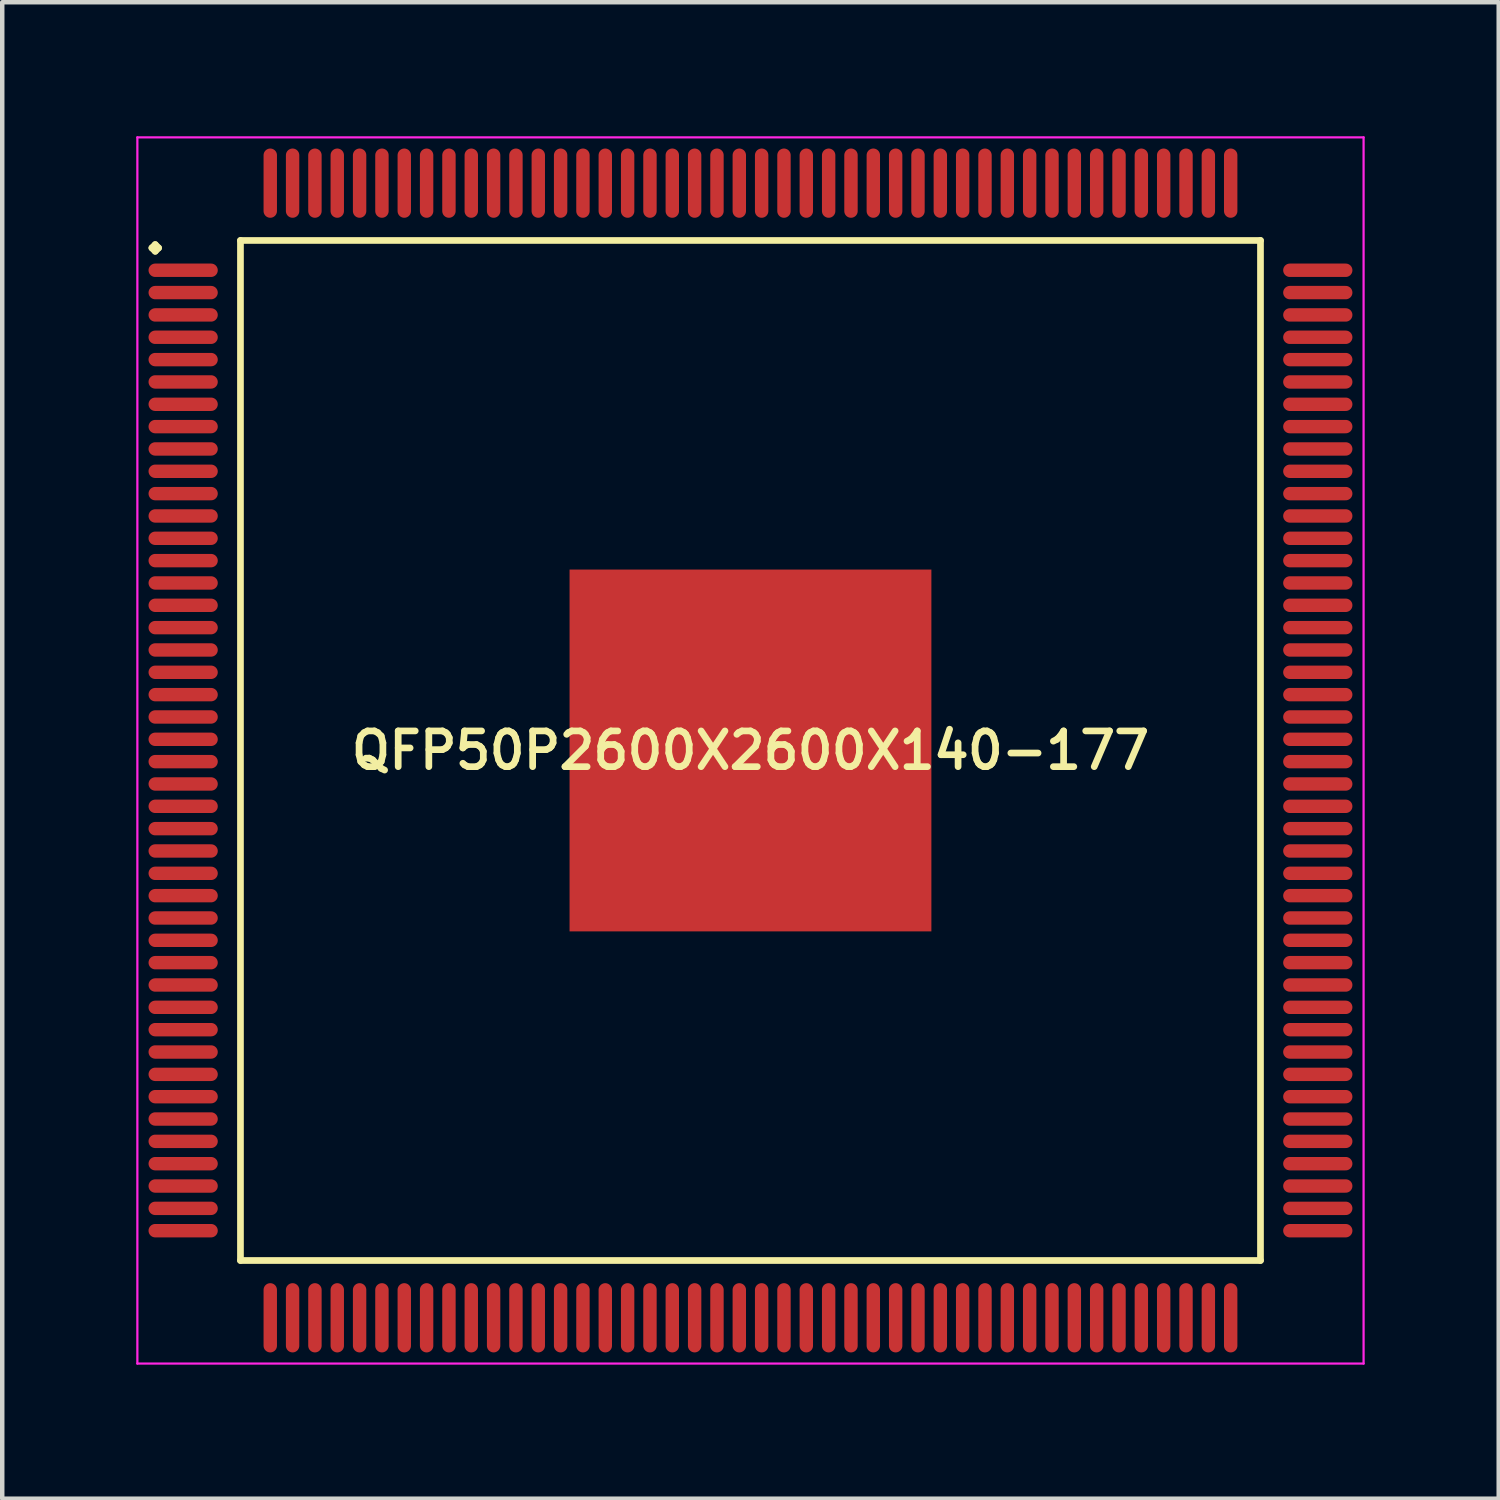
<source format=kicad_pcb>
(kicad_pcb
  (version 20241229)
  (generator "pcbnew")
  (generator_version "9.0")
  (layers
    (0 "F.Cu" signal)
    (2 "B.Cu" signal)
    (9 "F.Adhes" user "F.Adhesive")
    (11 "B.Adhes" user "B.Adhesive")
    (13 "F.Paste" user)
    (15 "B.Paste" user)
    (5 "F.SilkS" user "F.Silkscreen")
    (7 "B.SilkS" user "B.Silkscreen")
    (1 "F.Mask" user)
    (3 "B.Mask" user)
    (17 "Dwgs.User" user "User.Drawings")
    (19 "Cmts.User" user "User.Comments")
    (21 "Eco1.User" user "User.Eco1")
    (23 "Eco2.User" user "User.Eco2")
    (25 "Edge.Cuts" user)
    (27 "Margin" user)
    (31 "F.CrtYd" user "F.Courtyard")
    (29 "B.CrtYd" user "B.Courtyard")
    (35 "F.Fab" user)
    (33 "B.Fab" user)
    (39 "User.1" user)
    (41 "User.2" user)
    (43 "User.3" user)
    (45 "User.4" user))
  (footprint "QFP50P2600X2600X140-177"
    (layer "F.Cu")
    (at 13.75 13.75)
    (property "Reference" "QFP50P2600X2600X140-177" (at 0 0 0) (layer "F.SilkS") (effects (font (size 0.8 0.8) (thickness 0.15))))
    (attr smd)
    (fp_line (start -13.4 -11.25) (end -13.325 -11.325) (stroke (width 0.15) (type solid)) (layer "F.SilkS"))
    (fp_line (start -13.325 -11.325) (end -13.25 -11.25) (stroke (width 0.15) (type solid)) (layer "F.SilkS"))
    (fp_line (start -13.325 -11.175) (end -13.4 -11.25) (stroke (width 0.15) (type solid)) (layer "F.SilkS"))
    (fp_line (start -13.25 -11.25) (end -13.325 -11.175) (stroke (width 0.15) (type solid)) (layer "F.SilkS"))
    (fp_line (start -11.417 -11.417) (end -11.417 11.417) (stroke (width 0.15) (type solid)) (layer "F.SilkS"))
    (fp_line (start -11.417 11.417) (end 11.417 11.417) (stroke (width 0.15) (type solid)) (layer "F.SilkS"))
    (fp_line (start 11.417 -11.417) (end -11.417 -11.417) (stroke (width 0.15) (type solid)) (layer "F.SilkS"))
    (fp_line (start 11.417 11.417) (end 11.417 -11.417) (stroke (width 0.15) (type solid)) (layer "F.SilkS"))
    (fp_line (start -13.725 -13.725) (end 13.725 -13.725) (stroke (width 0.05) (type solid)) (layer "F.CrtYd"))
    (fp_line (start -13.725 13.725) (end -13.725 -13.725) (stroke (width 0.05) (type solid)) (layer "F.CrtYd"))
    (fp_line (start 13.725 -13.725) (end 13.725 13.725) (stroke (width 0.05) (type solid)) (layer "F.CrtYd"))
    (fp_line (start 13.725 13.725) (end -13.725 13.725) (stroke (width 0.05) (type solid)) (layer "F.CrtYd"))
    (pad "1" smd oval (at -12.7 -10.75) (size 1.55 0.3) (layers "F.Cu" "F.Mask" "F.Paste"))
    (pad "2" smd oval (at -12.7 -10.25) (size 1.55 0.3) (layers "F.Cu" "F.Mask" "F.Paste"))
    (pad "3" smd oval (at -12.7 -9.75) (size 1.55 0.3) (layers "F.Cu" "F.Mask" "F.Paste"))
    (pad "4" smd oval (at -12.7 -9.25) (size 1.55 0.3) (layers "F.Cu" "F.Mask" "F.Paste"))
    (pad "5" smd oval (at -12.7 -8.75) (size 1.55 0.3) (layers "F.Cu" "F.Mask" "F.Paste"))
    (pad "6" smd oval (at -12.7 -8.25) (size 1.55 0.3) (layers "F.Cu" "F.Mask" "F.Paste"))
    (pad "7" smd oval (at -12.7 -7.75) (size 1.55 0.3) (layers "F.Cu" "F.Mask" "F.Paste"))
    (pad "8" smd oval (at -12.7 -7.25) (size 1.55 0.3) (layers "F.Cu" "F.Mask" "F.Paste"))
    (pad "9" smd oval (at -12.7 -6.75) (size 1.55 0.3) (layers "F.Cu" "F.Mask" "F.Paste"))
    (pad "10" smd oval (at -12.7 -6.25) (size 1.55 0.3) (layers "F.Cu" "F.Mask" "F.Paste"))
    (pad "11" smd oval (at -12.7 -5.75) (size 1.55 0.3) (layers "F.Cu" "F.Mask" "F.Paste"))
    (pad "12" smd oval (at -12.7 -5.25) (size 1.55 0.3) (layers "F.Cu" "F.Mask" "F.Paste"))
    (pad "13" smd oval (at -12.7 -4.75) (size 1.55 0.3) (layers "F.Cu" "F.Mask" "F.Paste"))
    (pad "14" smd oval (at -12.7 -4.25) (size 1.55 0.3) (layers "F.Cu" "F.Mask" "F.Paste"))
    (pad "15" smd oval (at -12.7 -3.75) (size 1.55 0.3) (layers "F.Cu" "F.Mask" "F.Paste"))
    (pad "16" smd oval (at -12.7 -3.25) (size 1.55 0.3) (layers "F.Cu" "F.Mask" "F.Paste"))
    (pad "17" smd oval (at -12.7 -2.75) (size 1.55 0.3) (layers "F.Cu" "F.Mask" "F.Paste"))
    (pad "18" smd oval (at -12.7 -2.25) (size 1.55 0.3) (layers "F.Cu" "F.Mask" "F.Paste"))
    (pad "19" smd oval (at -12.7 -1.75) (size 1.55 0.3) (layers "F.Cu" "F.Mask" "F.Paste"))
    (pad "20" smd oval (at -12.7 -1.25) (size 1.55 0.3) (layers "F.Cu" "F.Mask" "F.Paste"))
    (pad "21" smd oval (at -12.7 -0.75) (size 1.55 0.3) (layers "F.Cu" "F.Mask" "F.Paste"))
    (pad "22" smd oval (at -12.7 -0.25) (size 1.55 0.3) (layers "F.Cu" "F.Mask" "F.Paste"))
    (pad "23" smd oval (at -12.7 0.25) (size 1.55 0.3) (layers "F.Cu" "F.Mask" "F.Paste"))
    (pad "24" smd oval (at -12.7 0.75) (size 1.55 0.3) (layers "F.Cu" "F.Mask" "F.Paste"))
    (pad "25" smd oval (at -12.7 1.25) (size 1.55 0.3) (layers "F.Cu" "F.Mask" "F.Paste"))
    (pad "26" smd oval (at -12.7 1.75) (size 1.55 0.3) (layers "F.Cu" "F.Mask" "F.Paste"))
    (pad "27" smd oval (at -12.7 2.25) (size 1.55 0.3) (layers "F.Cu" "F.Mask" "F.Paste"))
    (pad "28" smd oval (at -12.7 2.75) (size 1.55 0.3) (layers "F.Cu" "F.Mask" "F.Paste"))
    (pad "29" smd oval (at -12.7 3.25) (size 1.55 0.3) (layers "F.Cu" "F.Mask" "F.Paste"))
    (pad "30" smd oval (at -12.7 3.75) (size 1.55 0.3) (layers "F.Cu" "F.Mask" "F.Paste"))
    (pad "31" smd oval (at -12.7 4.25) (size 1.55 0.3) (layers "F.Cu" "F.Mask" "F.Paste"))
    (pad "32" smd oval (at -12.7 4.75) (size 1.55 0.3) (layers "F.Cu" "F.Mask" "F.Paste"))
    (pad "33" smd oval (at -12.7 5.25) (size 1.55 0.3) (layers "F.Cu" "F.Mask" "F.Paste"))
    (pad "34" smd oval (at -12.7 5.75) (size 1.55 0.3) (layers "F.Cu" "F.Mask" "F.Paste"))
    (pad "35" smd oval (at -12.7 6.25) (size 1.55 0.3) (layers "F.Cu" "F.Mask" "F.Paste"))
    (pad "36" smd oval (at -12.7 6.75) (size 1.55 0.3) (layers "F.Cu" "F.Mask" "F.Paste"))
    (pad "37" smd oval (at -12.7 7.25) (size 1.55 0.3) (layers "F.Cu" "F.Mask" "F.Paste"))
    (pad "38" smd oval (at -12.7 7.75) (size 1.55 0.3) (layers "F.Cu" "F.Mask" "F.Paste"))
    (pad "39" smd oval (at -12.7 8.25) (size 1.55 0.3) (layers "F.Cu" "F.Mask" "F.Paste"))
    (pad "40" smd oval (at -12.7 8.75) (size 1.55 0.3) (layers "F.Cu" "F.Mask" "F.Paste"))
    (pad "41" smd oval (at -12.7 9.25) (size 1.55 0.3) (layers "F.Cu" "F.Mask" "F.Paste"))
    (pad "42" smd oval (at -12.7 9.75) (size 1.55 0.3) (layers "F.Cu" "F.Mask" "F.Paste"))
    (pad "43" smd oval (at -12.7 10.25) (size 1.55 0.3) (layers "F.Cu" "F.Mask" "F.Paste"))
    (pad "44" smd oval (at -12.7 10.75) (size 1.55 0.3) (layers "F.Cu" "F.Mask" "F.Paste"))
    (pad "45" smd oval (at -10.75 12.7) (size 0.3 1.55) (layers "F.Cu" "F.Mask" "F.Paste"))
    (pad "46" smd oval (at -10.25 12.7) (size 0.3 1.55) (layers "F.Cu" "F.Mask" "F.Paste"))
    (pad "47" smd oval (at -9.75 12.7) (size 0.3 1.55) (layers "F.Cu" "F.Mask" "F.Paste"))
    (pad "48" smd oval (at -9.25 12.7) (size 0.3 1.55) (layers "F.Cu" "F.Mask" "F.Paste"))
    (pad "49" smd oval (at -8.75 12.7) (size 0.3 1.55) (layers "F.Cu" "F.Mask" "F.Paste"))
    (pad "50" smd oval (at -8.25 12.7) (size 0.3 1.55) (layers "F.Cu" "F.Mask" "F.Paste"))
    (pad "51" smd oval (at -7.75 12.7) (size 0.3 1.55) (layers "F.Cu" "F.Mask" "F.Paste"))
    (pad "52" smd oval (at -7.25 12.7) (size 0.3 1.55) (layers "F.Cu" "F.Mask" "F.Paste"))
    (pad "53" smd oval (at -6.75 12.7) (size 0.3 1.55) (layers "F.Cu" "F.Mask" "F.Paste"))
    (pad "54" smd oval (at -6.25 12.7) (size 0.3 1.55) (layers "F.Cu" "F.Mask" "F.Paste"))
    (pad "55" smd oval (at -5.75 12.7) (size 0.3 1.55) (layers "F.Cu" "F.Mask" "F.Paste"))
    (pad "56" smd oval (at -5.25 12.7) (size 0.3 1.55) (layers "F.Cu" "F.Mask" "F.Paste"))
    (pad "57" smd oval (at -4.75 12.7) (size 0.3 1.55) (layers "F.Cu" "F.Mask" "F.Paste"))
    (pad "58" smd oval (at -4.25 12.7) (size 0.3 1.55) (layers "F.Cu" "F.Mask" "F.Paste"))
    (pad "59" smd oval (at -3.75 12.7) (size 0.3 1.55) (layers "F.Cu" "F.Mask" "F.Paste"))
    (pad "60" smd oval (at -3.25 12.7) (size 0.3 1.55) (layers "F.Cu" "F.Mask" "F.Paste"))
    (pad "61" smd oval (at -2.75 12.7) (size 0.3 1.55) (layers "F.Cu" "F.Mask" "F.Paste"))
    (pad "62" smd oval (at -2.25 12.7) (size 0.3 1.55) (layers "F.Cu" "F.Mask" "F.Paste"))
    (pad "63" smd oval (at -1.75 12.7) (size 0.3 1.55) (layers "F.Cu" "F.Mask" "F.Paste"))
    (pad "64" smd oval (at -1.25 12.7) (size 0.3 1.55) (layers "F.Cu" "F.Mask" "F.Paste"))
    (pad "65" smd oval (at -0.75 12.7) (size 0.3 1.55) (layers "F.Cu" "F.Mask" "F.Paste"))
    (pad "66" smd oval (at -0.25 12.7) (size 0.3 1.55) (layers "F.Cu" "F.Mask" "F.Paste"))
    (pad "67" smd oval (at 0.25 12.7) (size 0.3 1.55) (layers "F.Cu" "F.Mask" "F.Paste"))
    (pad "68" smd oval (at 0.75 12.7) (size 0.3 1.55) (layers "F.Cu" "F.Mask" "F.Paste"))
    (pad "69" smd oval (at 1.25 12.7) (size 0.3 1.55) (layers "F.Cu" "F.Mask" "F.Paste"))
    (pad "70" smd oval (at 1.75 12.7) (size 0.3 1.55) (layers "F.Cu" "F.Mask" "F.Paste"))
    (pad "71" smd oval (at 2.25 12.7) (size 0.3 1.55) (layers "F.Cu" "F.Mask" "F.Paste"))
    (pad "72" smd oval (at 2.75 12.7) (size 0.3 1.55) (layers "F.Cu" "F.Mask" "F.Paste"))
    (pad "73" smd oval (at 3.25 12.7) (size 0.3 1.55) (layers "F.Cu" "F.Mask" "F.Paste"))
    (pad "74" smd oval (at 3.75 12.7) (size 0.3 1.55) (layers "F.Cu" "F.Mask" "F.Paste"))
    (pad "75" smd oval (at 4.25 12.7) (size 0.3 1.55) (layers "F.Cu" "F.Mask" "F.Paste"))
    (pad "76" smd oval (at 4.75 12.7) (size 0.3 1.55) (layers "F.Cu" "F.Mask" "F.Paste"))
    (pad "77" smd oval (at 5.25 12.7) (size 0.3 1.55) (layers "F.Cu" "F.Mask" "F.Paste"))
    (pad "78" smd oval (at 5.75 12.7) (size 0.3 1.55) (layers "F.Cu" "F.Mask" "F.Paste"))
    (pad "79" smd oval (at 6.25 12.7) (size 0.3 1.55) (layers "F.Cu" "F.Mask" "F.Paste"))
    (pad "80" smd oval (at 6.75 12.7) (size 0.3 1.55) (layers "F.Cu" "F.Mask" "F.Paste"))
    (pad "81" smd oval (at 7.25 12.7) (size 0.3 1.55) (layers "F.Cu" "F.Mask" "F.Paste"))
    (pad "82" smd oval (at 7.75 12.7) (size 0.3 1.55) (layers "F.Cu" "F.Mask" "F.Paste"))
    (pad "83" smd oval (at 8.25 12.7) (size 0.3 1.55) (layers "F.Cu" "F.Mask" "F.Paste"))
    (pad "84" smd oval (at 8.75 12.7) (size 0.3 1.55) (layers "F.Cu" "F.Mask" "F.Paste"))
    (pad "85" smd oval (at 9.25 12.7) (size 0.3 1.55) (layers "F.Cu" "F.Mask" "F.Paste"))
    (pad "86" smd oval (at 9.75 12.7) (size 0.3 1.55) (layers "F.Cu" "F.Mask" "F.Paste"))
    (pad "87" smd oval (at 10.25 12.7) (size 0.3 1.55) (layers "F.Cu" "F.Mask" "F.Paste"))
    (pad "88" smd oval (at 10.75 12.7) (size 0.3 1.55) (layers "F.Cu" "F.Mask" "F.Paste"))
    (pad "89" smd oval (at 12.7 10.75) (size 1.55 0.3) (layers "F.Cu" "F.Mask" "F.Paste"))
    (pad "90" smd oval (at 12.7 10.25) (size 1.55 0.3) (layers "F.Cu" "F.Mask" "F.Paste"))
    (pad "91" smd oval (at 12.7 9.75) (size 1.55 0.3) (layers "F.Cu" "F.Mask" "F.Paste"))
    (pad "92" smd oval (at 12.7 9.25) (size 1.55 0.3) (layers "F.Cu" "F.Mask" "F.Paste"))
    (pad "93" smd oval (at 12.7 8.75) (size 1.55 0.3) (layers "F.Cu" "F.Mask" "F.Paste"))
    (pad "94" smd oval (at 12.7 8.25) (size 1.55 0.3) (layers "F.Cu" "F.Mask" "F.Paste"))
    (pad "95" smd oval (at 12.7 7.75) (size 1.55 0.3) (layers "F.Cu" "F.Mask" "F.Paste"))
    (pad "96" smd oval (at 12.7 7.25) (size 1.55 0.3) (layers "F.Cu" "F.Mask" "F.Paste"))
    (pad "97" smd oval (at 12.7 6.75) (size 1.55 0.3) (layers "F.Cu" "F.Mask" "F.Paste"))
    (pad "98" smd oval (at 12.7 6.25) (size 1.55 0.3) (layers "F.Cu" "F.Mask" "F.Paste"))
    (pad "99" smd oval (at 12.7 5.75) (size 1.55 0.3) (layers "F.Cu" "F.Mask" "F.Paste"))
    (pad "100" smd oval (at 12.7 5.25) (size 1.55 0.3) (layers "F.Cu" "F.Mask" "F.Paste"))
    (pad "101" smd oval (at 12.7 4.75) (size 1.55 0.3) (layers "F.Cu" "F.Mask" "F.Paste"))
    (pad "102" smd oval (at 12.7 4.25) (size 1.55 0.3) (layers "F.Cu" "F.Mask" "F.Paste"))
    (pad "103" smd oval (at 12.7 3.75) (size 1.55 0.3) (layers "F.Cu" "F.Mask" "F.Paste"))
    (pad "104" smd oval (at 12.7 3.25) (size 1.55 0.3) (layers "F.Cu" "F.Mask" "F.Paste"))
    (pad "105" smd oval (at 12.7 2.75) (size 1.55 0.3) (layers "F.Cu" "F.Mask" "F.Paste"))
    (pad "106" smd oval (at 12.7 2.25) (size 1.55 0.3) (layers "F.Cu" "F.Mask" "F.Paste"))
    (pad "107" smd oval (at 12.7 1.75) (size 1.55 0.3) (layers "F.Cu" "F.Mask" "F.Paste"))
    (pad "108" smd oval (at 12.7 1.25) (size 1.55 0.3) (layers "F.Cu" "F.Mask" "F.Paste"))
    (pad "109" smd oval (at 12.7 0.75) (size 1.55 0.3) (layers "F.Cu" "F.Mask" "F.Paste"))
    (pad "110" smd oval (at 12.7 0.25) (size 1.55 0.3) (layers "F.Cu" "F.Mask" "F.Paste"))
    (pad "111" smd oval (at 12.7 -0.25) (size 1.55 0.3) (layers "F.Cu" "F.Mask" "F.Paste"))
    (pad "112" smd oval (at 12.7 -0.75) (size 1.55 0.3) (layers "F.Cu" "F.Mask" "F.Paste"))
    (pad "113" smd oval (at 12.7 -1.25) (size 1.55 0.3) (layers "F.Cu" "F.Mask" "F.Paste"))
    (pad "114" smd oval (at 12.7 -1.75) (size 1.55 0.3) (layers "F.Cu" "F.Mask" "F.Paste"))
    (pad "115" smd oval (at 12.7 -2.25) (size 1.55 0.3) (layers "F.Cu" "F.Mask" "F.Paste"))
    (pad "116" smd oval (at 12.7 -2.75) (size 1.55 0.3) (layers "F.Cu" "F.Mask" "F.Paste"))
    (pad "117" smd oval (at 12.7 -3.25) (size 1.55 0.3) (layers "F.Cu" "F.Mask" "F.Paste"))
    (pad "118" smd oval (at 12.7 -3.75) (size 1.55 0.3) (layers "F.Cu" "F.Mask" "F.Paste"))
    (pad "119" smd oval (at 12.7 -4.25) (size 1.55 0.3) (layers "F.Cu" "F.Mask" "F.Paste"))
    (pad "120" smd oval (at 12.7 -4.75) (size 1.55 0.3) (layers "F.Cu" "F.Mask" "F.Paste"))
    (pad "121" smd oval (at 12.7 -5.25) (size 1.55 0.3) (layers "F.Cu" "F.Mask" "F.Paste"))
    (pad "122" smd oval (at 12.7 -5.75) (size 1.55 0.3) (layers "F.Cu" "F.Mask" "F.Paste"))
    (pad "123" smd oval (at 12.7 -6.25) (size 1.55 0.3) (layers "F.Cu" "F.Mask" "F.Paste"))
    (pad "124" smd oval (at 12.7 -6.75) (size 1.55 0.3) (layers "F.Cu" "F.Mask" "F.Paste"))
    (pad "125" smd oval (at 12.7 -7.25) (size 1.55 0.3) (layers "F.Cu" "F.Mask" "F.Paste"))
    (pad "126" smd oval (at 12.7 -7.75) (size 1.55 0.3) (layers "F.Cu" "F.Mask" "F.Paste"))
    (pad "127" smd oval (at 12.7 -8.25) (size 1.55 0.3) (layers "F.Cu" "F.Mask" "F.Paste"))
    (pad "128" smd oval (at 12.7 -8.75) (size 1.55 0.3) (layers "F.Cu" "F.Mask" "F.Paste"))
    (pad "129" smd oval (at 12.7 -9.25) (size 1.55 0.3) (layers "F.Cu" "F.Mask" "F.Paste"))
    (pad "130" smd oval (at 12.7 -9.75) (size 1.55 0.3) (layers "F.Cu" "F.Mask" "F.Paste"))
    (pad "131" smd oval (at 12.7 -10.25) (size 1.55 0.3) (layers "F.Cu" "F.Mask" "F.Paste"))
    (pad "132" smd oval (at 12.7 -10.75) (size 1.55 0.3) (layers "F.Cu" "F.Mask" "F.Paste"))
    (pad "133" smd oval (at 10.75 -12.7) (size 0.3 1.55) (layers "F.Cu" "F.Mask" "F.Paste"))
    (pad "134" smd oval (at 10.25 -12.7) (size 0.3 1.55) (layers "F.Cu" "F.Mask" "F.Paste"))
    (pad "135" smd oval (at 9.75 -12.7) (size 0.3 1.55) (layers "F.Cu" "F.Mask" "F.Paste"))
    (pad "136" smd oval (at 9.25 -12.7) (size 0.3 1.55) (layers "F.Cu" "F.Mask" "F.Paste"))
    (pad "137" smd oval (at 8.75 -12.7) (size 0.3 1.55) (layers "F.Cu" "F.Mask" "F.Paste"))
    (pad "138" smd oval (at 8.25 -12.7) (size 0.3 1.55) (layers "F.Cu" "F.Mask" "F.Paste"))
    (pad "139" smd oval (at 7.75 -12.7) (size 0.3 1.55) (layers "F.Cu" "F.Mask" "F.Paste"))
    (pad "140" smd oval (at 7.25 -12.7) (size 0.3 1.55) (layers "F.Cu" "F.Mask" "F.Paste"))
    (pad "141" smd oval (at 6.75 -12.7) (size 0.3 1.55) (layers "F.Cu" "F.Mask" "F.Paste"))
    (pad "142" smd oval (at 6.25 -12.7) (size 0.3 1.55) (layers "F.Cu" "F.Mask" "F.Paste"))
    (pad "143" smd oval (at 5.75 -12.7) (size 0.3 1.55) (layers "F.Cu" "F.Mask" "F.Paste"))
    (pad "144" smd oval (at 5.25 -12.7) (size 0.3 1.55) (layers "F.Cu" "F.Mask" "F.Paste"))
    (pad "145" smd oval (at 4.75 -12.7) (size 0.3 1.55) (layers "F.Cu" "F.Mask" "F.Paste"))
    (pad "146" smd oval (at 4.25 -12.7) (size 0.3 1.55) (layers "F.Cu" "F.Mask" "F.Paste"))
    (pad "147" smd oval (at 3.75 -12.7) (size 0.3 1.55) (layers "F.Cu" "F.Mask" "F.Paste"))
    (pad "148" smd oval (at 3.25 -12.7) (size 0.3 1.55) (layers "F.Cu" "F.Mask" "F.Paste"))
    (pad "149" smd oval (at 2.75 -12.7) (size 0.3 1.55) (layers "F.Cu" "F.Mask" "F.Paste"))
    (pad "150" smd oval (at 2.25 -12.7) (size 0.3 1.55) (layers "F.Cu" "F.Mask" "F.Paste"))
    (pad "151" smd oval (at 1.75 -12.7) (size 0.3 1.55) (layers "F.Cu" "F.Mask" "F.Paste"))
    (pad "152" smd oval (at 1.25 -12.7) (size 0.3 1.55) (layers "F.Cu" "F.Mask" "F.Paste"))
    (pad "153" smd oval (at 0.75 -12.7) (size 0.3 1.55) (layers "F.Cu" "F.Mask" "F.Paste"))
    (pad "154" smd oval (at 0.25 -12.7) (size 0.3 1.55) (layers "F.Cu" "F.Mask" "F.Paste"))
    (pad "155" smd oval (at -0.25 -12.7) (size 0.3 1.55) (layers "F.Cu" "F.Mask" "F.Paste"))
    (pad "156" smd oval (at -0.75 -12.7) (size 0.3 1.55) (layers "F.Cu" "F.Mask" "F.Paste"))
    (pad "157" smd oval (at -1.25 -12.7) (size 0.3 1.55) (layers "F.Cu" "F.Mask" "F.Paste"))
    (pad "158" smd oval (at -1.75 -12.7) (size 0.3 1.55) (layers "F.Cu" "F.Mask" "F.Paste"))
    (pad "159" smd oval (at -2.25 -12.7) (size 0.3 1.55) (layers "F.Cu" "F.Mask" "F.Paste"))
    (pad "160" smd oval (at -2.75 -12.7) (size 0.3 1.55) (layers "F.Cu" "F.Mask" "F.Paste"))
    (pad "161" smd oval (at -3.25 -12.7) (size 0.3 1.55) (layers "F.Cu" "F.Mask" "F.Paste"))
    (pad "162" smd oval (at -3.75 -12.7) (size 0.3 1.55) (layers "F.Cu" "F.Mask" "F.Paste"))
    (pad "163" smd oval (at -4.25 -12.7) (size 0.3 1.55) (layers "F.Cu" "F.Mask" "F.Paste"))
    (pad "164" smd oval (at -4.75 -12.7) (size 0.3 1.55) (layers "F.Cu" "F.Mask" "F.Paste"))
    (pad "165" smd oval (at -5.25 -12.7) (size 0.3 1.55) (layers "F.Cu" "F.Mask" "F.Paste"))
    (pad "166" smd oval (at -5.75 -12.7) (size 0.3 1.55) (layers "F.Cu" "F.Mask" "F.Paste"))
    (pad "167" smd oval (at -6.25 -12.7) (size 0.3 1.55) (layers "F.Cu" "F.Mask" "F.Paste"))
    (pad "168" smd oval (at -6.75 -12.7) (size 0.3 1.55) (layers "F.Cu" "F.Mask" "F.Paste"))
    (pad "169" smd oval (at -7.25 -12.7) (size 0.3 1.55) (layers "F.Cu" "F.Mask" "F.Paste"))
    (pad "170" smd oval (at -7.75 -12.7) (size 0.3 1.55) (layers "F.Cu" "F.Mask" "F.Paste"))
    (pad "171" smd oval (at -8.25 -12.7) (size 0.3 1.55) (layers "F.Cu" "F.Mask" "F.Paste"))
    (pad "172" smd oval (at -8.75 -12.7) (size 0.3 1.55) (layers "F.Cu" "F.Mask" "F.Paste"))
    (pad "173" smd oval (at -9.25 -12.7) (size 0.3 1.55) (layers "F.Cu" "F.Mask" "F.Paste"))
    (pad "174" smd oval (at -9.75 -12.7) (size 0.3 1.55) (layers "F.Cu" "F.Mask" "F.Paste"))
    (pad "175" smd oval (at -10.25 -12.7) (size 0.3 1.55) (layers "F.Cu" "F.Mask" "F.Paste"))
    (pad "176" smd oval (at -10.75 -12.7) (size 0.3 1.55) (layers "F.Cu" "F.Mask" "F.Paste"))
    (pad "177" smd rect (at 0 0) (size 8.1 8.1) (layers "F.Cu" "F.Mask" "F.Paste")))
  (gr_rect
    (start -3 -3)
    (end 30.5 30.5)
    (stroke (width 0.1) (type default))
    (fill no)
    (layer "Edge.Cuts")))
</source>
